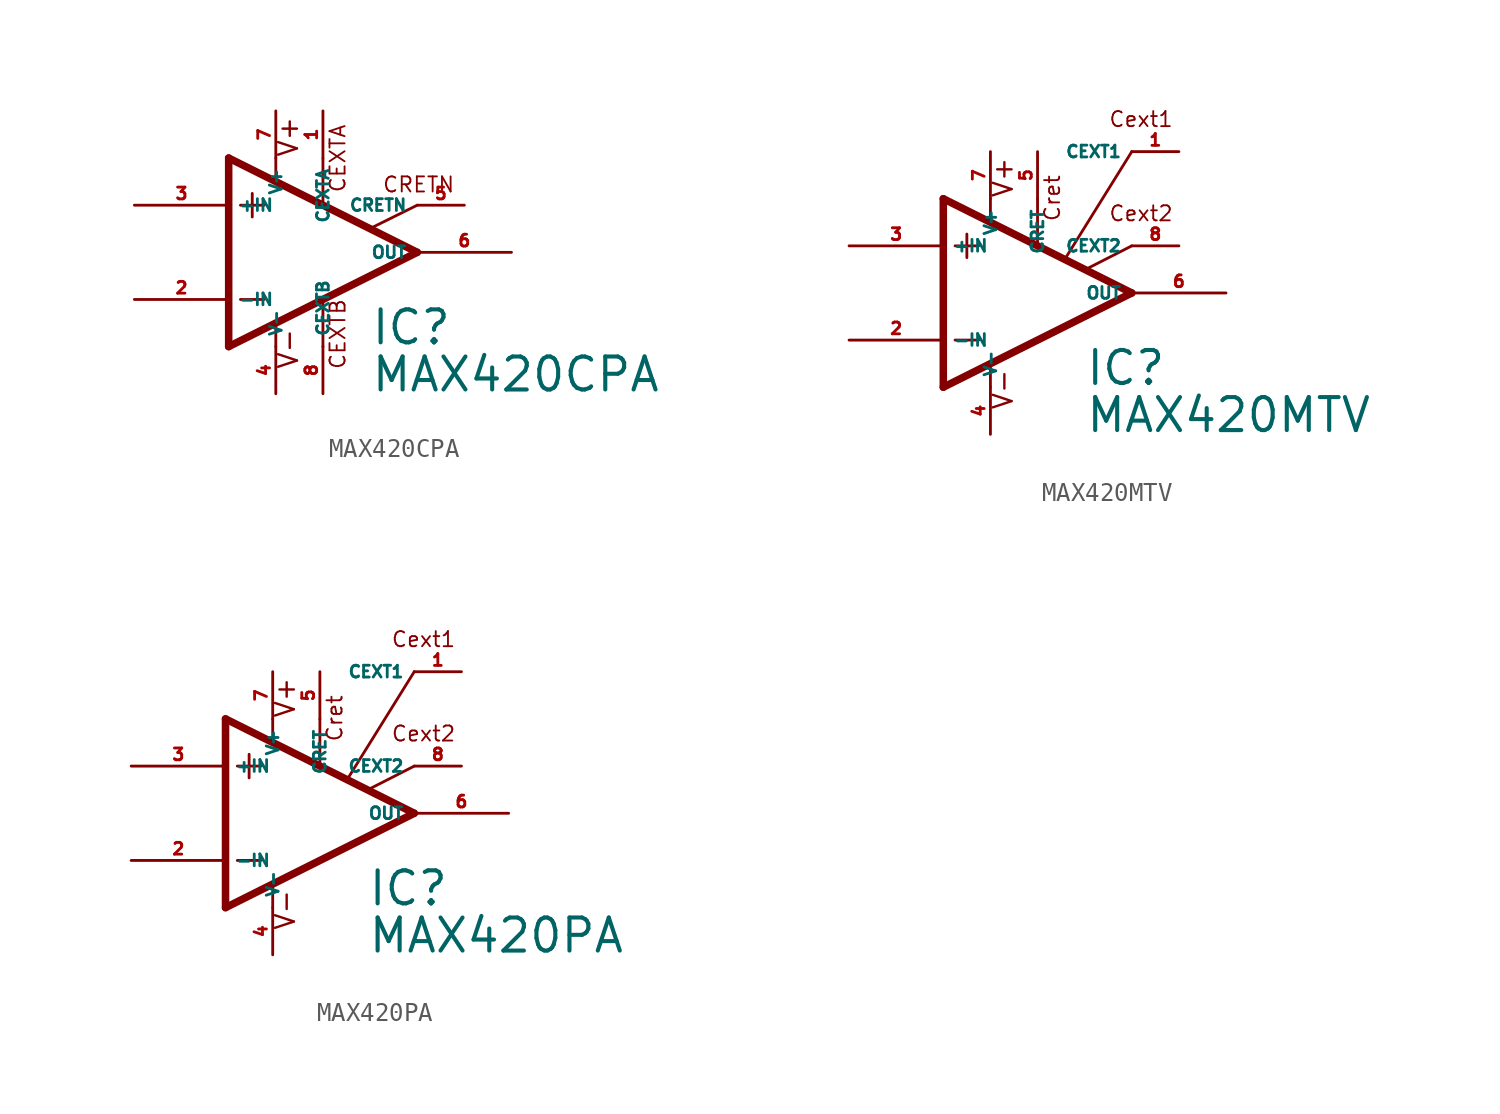
<source format=kicad_sym>
(kicad_symbol_lib
  (version 20220914)
  (generator Eagle2Kicad)
  (symbol "MAX420CPA"
    (property "Reference" "IC"
      (at 5.08 -5.08 0)
      (effects (font (size 1.778 1.778) (thickness 0.22)) (justify left bottom)))
    (property "Value" "MAX420CPA"
      (at 5.08 -7.62 0)
      (effects (font (size 1.778 1.778) (thickness 0.22)) (justify left bottom)))
    (polyline
      (pts (xy -1.27 3.175) (xy -1.27 1.905))
      (stroke (width 0.152) (type default))
      (fill (type none)))
    (polyline
      (pts (xy -1.905 2.54) (xy -0.635 2.54))
      (stroke (width 0.152) (type default))
      (fill (type none)))
    (polyline
      (pts (xy -1.905 -2.54) (xy -0.635 -2.54))
      (stroke (width 0.152) (type default))
      (fill (type none)))
    (polyline
      (pts (xy 0 5.08) (xy 0 3.886))
      (stroke (width 0.152) (type default))
      (fill (type none)))
    (polyline
      (pts (xy 2.54 5.055) (xy 2.54 2.616))
      (stroke (width 0.152) (type default))
      (fill (type none)))
    (polyline
      (pts (xy 2.54 -2.616) (xy 2.54 -5.08))
      (stroke (width 0.152) (type default))
      (fill (type none)))
    (polyline
      (pts (xy 0 -3.912) (xy 0 -5.08))
      (stroke (width 0.152) (type default))
      (fill (type none)))
    (polyline
      (pts (xy 7.62 2.54) (xy 5.156 1.321))
      (stroke (width 0.152) (type default))
      (fill (type none)))
    (polyline
      (pts (xy 7.62 0) (xy -2.54 5.08))
      (stroke (width 0.406) (type default))
      (fill (type none)))
    (polyline
      (pts (xy -2.54 5.08) (xy -2.54 -5.08))
      (stroke (width 0.406) (type default))
      (fill (type none)))
    (polyline
      (pts (xy -2.54 -5.08) (xy 7.62 0))
      (stroke (width 0.406) (type default))
      (fill (type none)))
    (text "CEXTA"
      (at 3.81 3.175 900)
      (effects (font (size 0.813 0.813) (thickness 0.10)) (justify left bottom)))
    (text "CEXTB"
      (at 3.81 -6.35 900)
      (effects (font (size 0.813 0.813) (thickness 0.10)) (justify left bottom)))
    (text "CRETN"
      (at 5.715 3.175 0)
      (effects (font (size 0.813 0.813) (thickness 0.10)) (justify left bottom)))
    (text "V+"
      (at 1.27 5.08 900)
      (effects (font (size 1.016 1.016) (thickness 0.13)) (justify left bottom)))
    (text "V-"
      (at 1.27 -6.35 900)
      (effects (font (size 1.016 1.016) (thickness 0.13)) (justify left bottom)))
    (pin passive line
      (at 10.16 2.54 180)
      (length 2.54)
      (name "CRETN" (effects (font (size 0.635 0.635) (thickness 0.08)) (justify left bottom)))
      (number "5" (effects (font (size 0.635 0.635) (thickness 0.08)) (justify left bottom))))
    (pin passive line
      (at 2.54 7.62 270)
      (length 2.54)
      (name "CEXTA" (effects (font (size 0.635 0.635) (thickness 0.08)) (justify left bottom)))
      (number "1" (effects (font (size 0.635 0.635) (thickness 0.08)) (justify left bottom))))
    (pin input line
      (at -7.62 -2.54 0)
      (length 5.08)
      (name "-IN" (effects (font (size 0.635 0.635) (thickness 0.08)) (justify left bottom)))
      (number "2" (effects (font (size 0.635 0.635) (thickness 0.08)) (justify left bottom))))
    (pin input line
      (at -7.62 2.54 0)
      (length 5.08)
      (name "+IN" (effects (font (size 0.635 0.635) (thickness 0.08)) (justify left bottom)))
      (number "3" (effects (font (size 0.635 0.635) (thickness 0.08)) (justify left bottom))))
    (pin output line
      (at 12.7 0 180)
      (length 5.08)
      (name "OUT" (effects (font (size 0.635 0.635) (thickness 0.08)) (justify left bottom)))
      (number "6" (effects (font (size 0.635 0.635) (thickness 0.08)) (justify left bottom))))
    (pin passive line
      (at 2.54 -7.62 90)
      (length 2.54)
      (name "CEXTB" (effects (font (size 0.635 0.635) (thickness 0.08)) (justify left bottom)))
      (number "8" (effects (font (size 0.635 0.635) (thickness 0.08)) (justify left bottom))))
    (pin unspecified line
      (at 0 7.62 270)
      (length 2.54)
      (name "V+" (effects (font (size 0.635 0.635) (thickness 0.08)) (justify left bottom)))
      (number "7" (effects (font (size 0.635 0.635) (thickness 0.08)) (justify left bottom))))
    (pin unspecified line
      (at 0 -7.62 90)
      (length 2.54)
      (name "V-" (effects (font (size 0.635 0.635) (thickness 0.08)) (justify left bottom)))
      (number "4" (effects (font (size 0.635 0.635) (thickness 0.08)) (justify left bottom)))))
  (symbol "MAX420MTV"
    (property "Reference" "IC"
      (at 5.08 -5.08 0)
      (effects (font (size 1.778 1.778) (thickness 0.22)) (justify left bottom)))
    (property "Value" "MAX420MTV"
      (at 5.08 -7.62 0)
      (effects (font (size 1.778 1.778) (thickness 0.22)) (justify left bottom)))
    (polyline
      (pts (xy -1.27 3.175) (xy -1.27 1.905))
      (stroke (width 0.152) (type default))
      (fill (type none)))
    (polyline
      (pts (xy -1.905 2.54) (xy -0.635 2.54))
      (stroke (width 0.152) (type default))
      (fill (type none)))
    (polyline
      (pts (xy -1.905 -2.54) (xy -0.635 -2.54))
      (stroke (width 0.152) (type default))
      (fill (type none)))
    (polyline
      (pts (xy -2.54 5.08) (xy -2.54 -5.08))
      (stroke (width 0.406) (type default))
      (fill (type none)))
    (polyline
      (pts (xy 0 5.08) (xy 0 3.886))
      (stroke (width 0.152) (type default))
      (fill (type none)))
    (polyline
      (pts (xy 2.54 5.08) (xy 2.54 2.616))
      (stroke (width 0.152) (type default))
      (fill (type none)))
    (polyline
      (pts (xy 5.232 1.321) (xy 7.62 2.54))
      (stroke (width 0.152) (type default))
      (fill (type none)))
    (polyline
      (pts (xy -2.54 5.08) (xy 7.62 0))
      (stroke (width 0.406) (type default))
      (fill (type none)))
    (polyline
      (pts (xy 0 -3.886) (xy 0 -5.08))
      (stroke (width 0.152) (type default))
      (fill (type none)))
    (polyline
      (pts (xy -2.54 -5.08) (xy 7.62 0))
      (stroke (width 0.406) (type default))
      (fill (type none)))
    (polyline
      (pts (xy 4.064 1.905) (xy 7.62 7.62))
      (stroke (width 0.152) (type default))
      (fill (type none)))
    (text "Cext1"
      (at 6.35 8.89 0)
      (effects (font (size 0.813 0.813) (thickness 0.10)) (justify left bottom)))
    (text "Cext2"
      (at 6.35 3.81 0)
      (effects (font (size 0.813 0.813) (thickness 0.10)) (justify left bottom)))
    (text "Cret"
      (at 3.81 3.81 900)
      (effects (font (size 0.813 0.813) (thickness 0.10)) (justify left bottom)))
    (text "V+"
      (at 1.27 5.08 900)
      (effects (font (size 1.016 1.016) (thickness 0.13)) (justify left bottom)))
    (text "V-"
      (at 1.27 -6.35 900)
      (effects (font (size 1.016 1.016) (thickness 0.13)) (justify left bottom)))
    (pin passive line
      (at 10.16 2.54 180)
      (length 2.54)
      (name "CEXT2" (effects (font (size 0.635 0.635) (thickness 0.08)) (justify left bottom)))
      (number "8" (effects (font (size 0.635 0.635) (thickness 0.08)) (justify left bottom))))
    (pin input line
      (at -7.62 -2.54 0)
      (length 5.08)
      (name "-IN" (effects (font (size 0.635 0.635) (thickness 0.08)) (justify left bottom)))
      (number "2" (effects (font (size 0.635 0.635) (thickness 0.08)) (justify left bottom))))
    (pin input line
      (at -7.62 2.54 0)
      (length 5.08)
      (name "+IN" (effects (font (size 0.635 0.635) (thickness 0.08)) (justify left bottom)))
      (number "3" (effects (font (size 0.635 0.635) (thickness 0.08)) (justify left bottom))))
    (pin passive line
      (at 2.54 7.62 270)
      (length 2.54)
      (name "CRET" (effects (font (size 0.635 0.635) (thickness 0.08)) (justify left bottom)))
      (number "5" (effects (font (size 0.635 0.635) (thickness 0.08)) (justify left bottom))))
    (pin output line
      (at 12.7 0 180)
      (length 5.08)
      (name "OUT" (effects (font (size 0.635 0.635) (thickness 0.08)) (justify left bottom)))
      (number "6" (effects (font (size 0.635 0.635) (thickness 0.08)) (justify left bottom))))
    (pin passive line
      (at 10.16 7.62 180)
      (length 2.54)
      (name "CEXT1" (effects (font (size 0.635 0.635) (thickness 0.08)) (justify left bottom)))
      (number "1" (effects (font (size 0.635 0.635) (thickness 0.08)) (justify left bottom))))
    (pin unspecified line
      (at 0 7.62 270)
      (length 2.54)
      (name "V+" (effects (font (size 0.635 0.635) (thickness 0.08)) (justify left bottom)))
      (number "7" (effects (font (size 0.635 0.635) (thickness 0.08)) (justify left bottom))))
    (pin unspecified line
      (at 0 -7.62 90)
      (length 2.54)
      (name "V-" (effects (font (size 0.635 0.635) (thickness 0.08)) (justify left bottom)))
      (number "4" (effects (font (size 0.635 0.635) (thickness 0.08)) (justify left bottom)))))
  (symbol "MAX420PA"
    (property "Reference" "IC"
      (at 5.08 -5.08 0)
      (effects (font (size 1.778 1.778) (thickness 0.22)) (justify left bottom)))
    (property "Value" "MAX420PA"
      (at 5.08 -7.62 0)
      (effects (font (size 1.778 1.778) (thickness 0.22)) (justify left bottom)))
    (polyline
      (pts (xy -1.27 3.175) (xy -1.27 1.905))
      (stroke (width 0.152) (type default))
      (fill (type none)))
    (polyline
      (pts (xy -1.905 2.54) (xy -0.635 2.54))
      (stroke (width 0.152) (type default))
      (fill (type none)))
    (polyline
      (pts (xy -1.905 -2.54) (xy -0.635 -2.54))
      (stroke (width 0.152) (type default))
      (fill (type none)))
    (polyline
      (pts (xy -2.54 5.08) (xy -2.54 -5.08))
      (stroke (width 0.406) (type default))
      (fill (type none)))
    (polyline
      (pts (xy 0 5.08) (xy 0 3.886))
      (stroke (width 0.152) (type default))
      (fill (type none)))
    (polyline
      (pts (xy 2.54 5.08) (xy 2.54 2.616))
      (stroke (width 0.152) (type default))
      (fill (type none)))
    (polyline
      (pts (xy 5.232 1.321) (xy 7.62 2.54))
      (stroke (width 0.152) (type default))
      (fill (type none)))
    (polyline
      (pts (xy -2.54 5.08) (xy 7.62 0))
      (stroke (width 0.406) (type default))
      (fill (type none)))
    (polyline
      (pts (xy 0 -3.886) (xy 0 -5.08))
      (stroke (width 0.152) (type default))
      (fill (type none)))
    (polyline
      (pts (xy -2.54 -5.08) (xy 7.62 0))
      (stroke (width 0.406) (type default))
      (fill (type none)))
    (polyline
      (pts (xy 4.064 1.905) (xy 7.62 7.62))
      (stroke (width 0.152) (type default))
      (fill (type none)))
    (text "Cext1"
      (at 6.35 8.89 0)
      (effects (font (size 0.813 0.813) (thickness 0.10)) (justify left bottom)))
    (text "Cext2"
      (at 6.35 3.81 0)
      (effects (font (size 0.813 0.813) (thickness 0.10)) (justify left bottom)))
    (text "Cret"
      (at 3.81 3.81 900)
      (effects (font (size 0.813 0.813) (thickness 0.10)) (justify left bottom)))
    (text "V+"
      (at 1.27 5.08 900)
      (effects (font (size 1.016 1.016) (thickness 0.13)) (justify left bottom)))
    (text "V-"
      (at 1.27 -6.35 900)
      (effects (font (size 1.016 1.016) (thickness 0.13)) (justify left bottom)))
    (pin passive line
      (at 10.16 2.54 180)
      (length 2.54)
      (name "CEXT2" (effects (font (size 0.635 0.635) (thickness 0.08)) (justify left bottom)))
      (number "8" (effects (font (size 0.635 0.635) (thickness 0.08)) (justify left bottom))))
    (pin input line
      (at -7.62 -2.54 0)
      (length 5.08)
      (name "-IN" (effects (font (size 0.635 0.635) (thickness 0.08)) (justify left bottom)))
      (number "2" (effects (font (size 0.635 0.635) (thickness 0.08)) (justify left bottom))))
    (pin input line
      (at -7.62 2.54 0)
      (length 5.08)
      (name "+IN" (effects (font (size 0.635 0.635) (thickness 0.08)) (justify left bottom)))
      (number "3" (effects (font (size 0.635 0.635) (thickness 0.08)) (justify left bottom))))
    (pin passive line
      (at 2.54 7.62 270)
      (length 2.54)
      (name "CRET" (effects (font (size 0.635 0.635) (thickness 0.08)) (justify left bottom)))
      (number "5" (effects (font (size 0.635 0.635) (thickness 0.08)) (justify left bottom))))
    (pin output line
      (at 12.7 0 180)
      (length 5.08)
      (name "OUT" (effects (font (size 0.635 0.635) (thickness 0.08)) (justify left bottom)))
      (number "6" (effects (font (size 0.635 0.635) (thickness 0.08)) (justify left bottom))))
    (pin passive line
      (at 10.16 7.62 180)
      (length 2.54)
      (name "CEXT1" (effects (font (size 0.635 0.635) (thickness 0.08)) (justify left bottom)))
      (number "1" (effects (font (size 0.635 0.635) (thickness 0.08)) (justify left bottom))))
    (pin unspecified line
      (at 0 7.62 270)
      (length 2.54)
      (name "V+" (effects (font (size 0.635 0.635) (thickness 0.08)) (justify left bottom)))
      (number "7" (effects (font (size 0.635 0.635) (thickness 0.08)) (justify left bottom))))
    (pin unspecified line
      (at 0 -7.62 90)
      (length 2.54)
      (name "V-" (effects (font (size 0.635 0.635) (thickness 0.08)) (justify left bottom)))
      (number "4" (effects (font (size 0.635 0.635) (thickness 0.08)) (justify left bottom))))))
</source>
